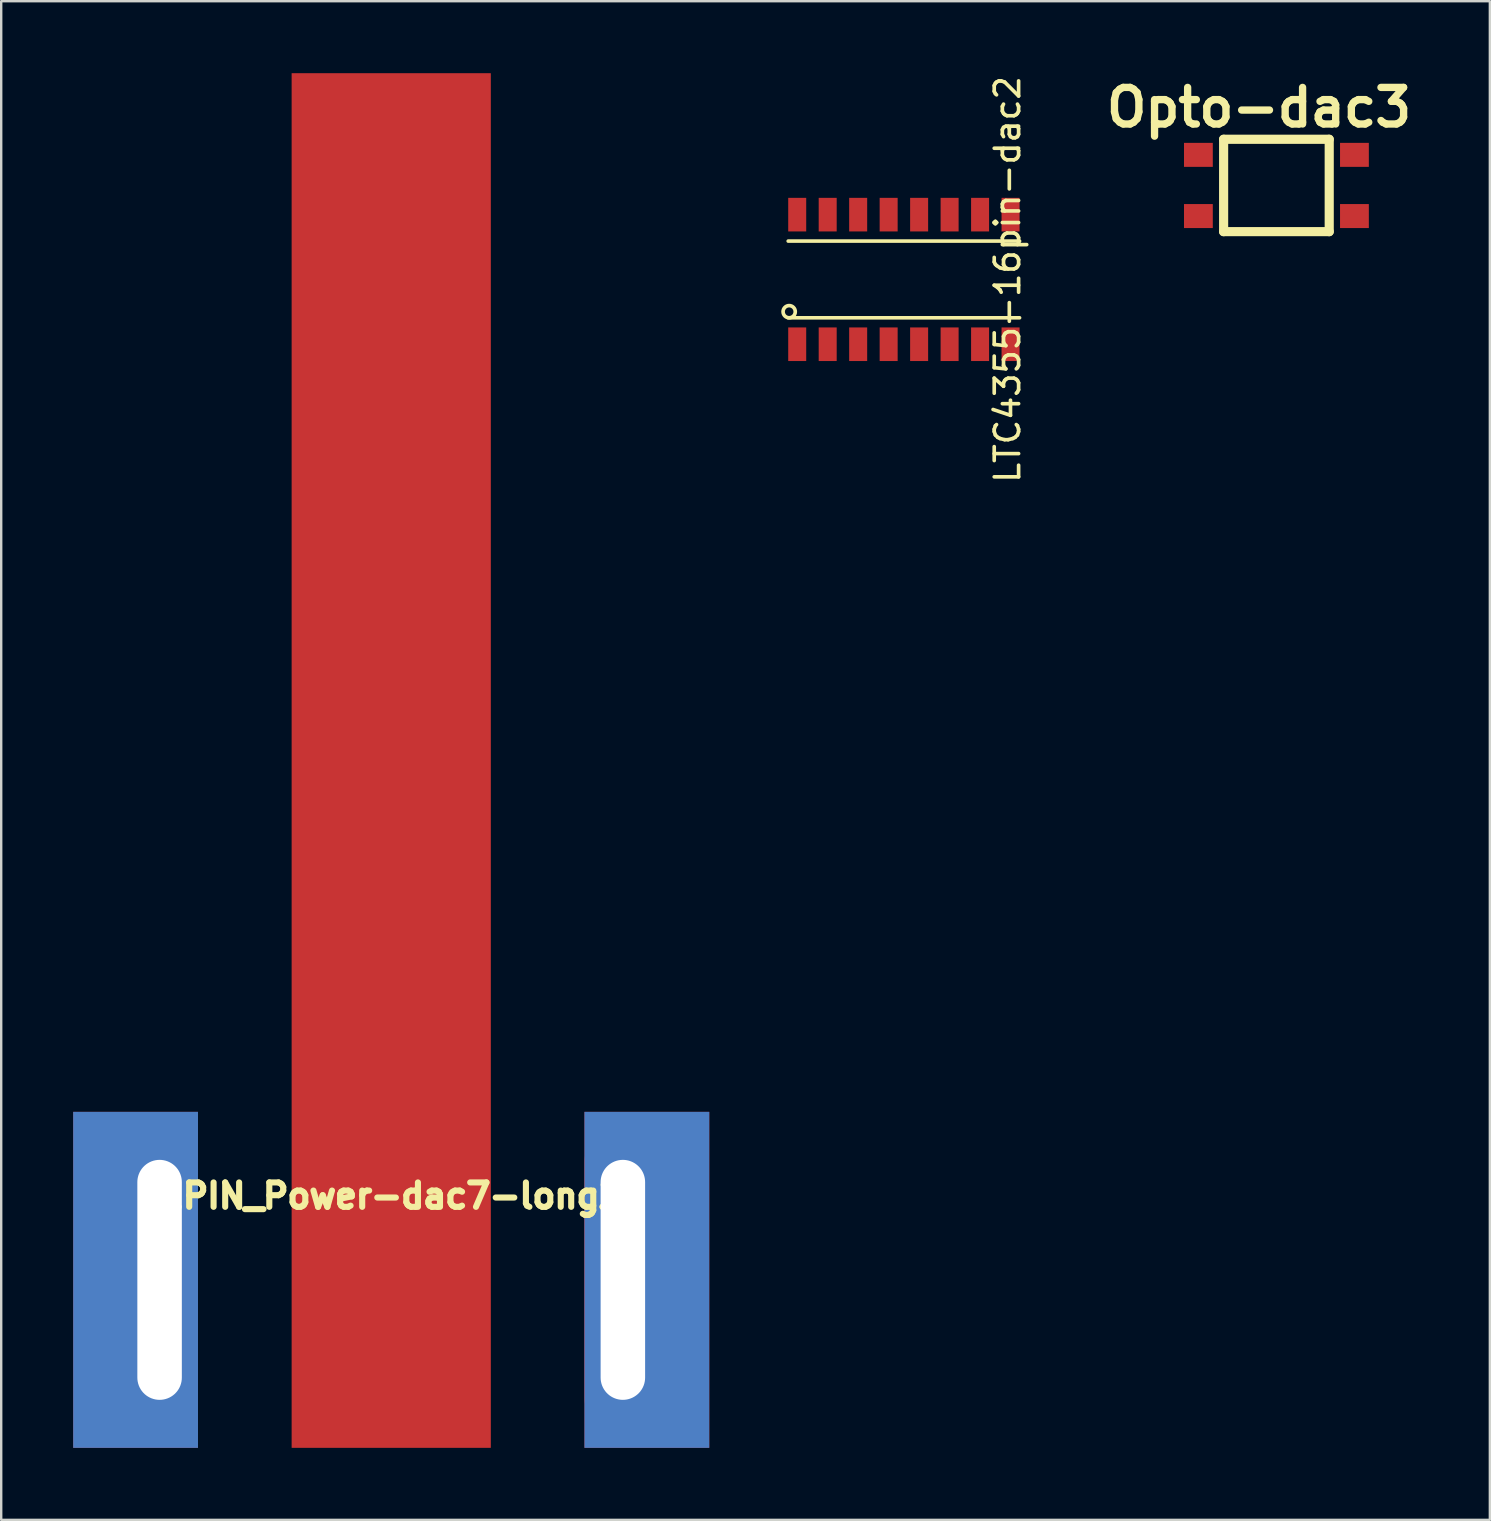
<source format=kicad_pcb>
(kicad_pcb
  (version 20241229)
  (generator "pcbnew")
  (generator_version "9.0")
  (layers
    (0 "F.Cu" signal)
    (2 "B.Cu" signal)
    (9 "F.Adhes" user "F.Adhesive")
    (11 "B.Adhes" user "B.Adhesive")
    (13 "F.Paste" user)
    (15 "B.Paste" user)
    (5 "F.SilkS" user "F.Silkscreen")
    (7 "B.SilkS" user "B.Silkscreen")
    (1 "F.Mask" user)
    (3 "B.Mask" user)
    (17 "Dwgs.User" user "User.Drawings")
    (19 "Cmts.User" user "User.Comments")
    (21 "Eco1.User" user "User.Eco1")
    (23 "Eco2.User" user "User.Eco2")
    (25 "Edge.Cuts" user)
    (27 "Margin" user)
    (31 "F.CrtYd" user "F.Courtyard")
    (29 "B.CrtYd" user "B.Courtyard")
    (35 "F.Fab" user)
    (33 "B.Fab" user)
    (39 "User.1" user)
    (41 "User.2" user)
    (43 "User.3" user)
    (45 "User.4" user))
  (footprint "Opto-dac3"
    (layer "F.Cu")
    (at 50.137 4.678)
    (property "Reference" "Opto-dac3" (at -0.724 -3.251 0) (layer "F.SilkS") (effects (font (size 1.524 1.524) (thickness 0.305))))
    (attr through_hole)
    (fp_line (start -2.2 -1.925) (end 2.2 -1.925) (stroke (width 0.381) (type solid)) (layer "F.SilkS"))
    (fp_line (start -2.2 1.925) (end -2.2 -1.925) (stroke (width 0.381) (type solid)) (layer "F.SilkS"))
    (fp_line (start 2.2 -1.925) (end 2.2 1.925) (stroke (width 0.381) (type solid)) (layer "F.SilkS"))
    (fp_line (start 2.2 1.925) (end -2.2 1.925) (stroke (width 0.381) (type solid)) (layer "F.SilkS"))
    (pad "1" smd rect (at -3.251 -1.275) (size 1.2 1) (layers "F.Cu" "F.Mask" "F.Paste"))
    (pad "2" smd rect (at -3.251 1.275) (size 1.2 1) (layers "F.Cu" "F.Mask" "F.Paste"))
    (pad "3" smd rect (at 3.251 1.275) (size 1.2 1) (layers "F.Cu" "F.Mask" "F.Paste"))
    (pad "4" smd rect (at 3.251 -1.275) (size 1.2 1) (layers "F.Cu" "F.Mask" "F.Paste")))
  (footprint "1PIN_Power-dac7-long2"
    (layer "F.Cu")
    (at 13.252 50.28)
    (property "Reference" "1PIN_Power-dac7-long2" (at 0 -3.5 0) (layer "F.SilkS") (effects (font (size 1.016 1.016) (thickness 0.254))))
    (attr through_hole)
    (pad "1" smd oval (at -9.652 0) (size 3.2 13) (layers "F.Cu" "F.Mask"))
    (pad "1" thru_hole rect (at -9.652 0) (size 5.2 14) (drill oval 1.854 10 (offset -1 0)) (layers "F.Cu"))
    (pad "1" smd oval (at 9.652 0) (size 3.2 13) (layers "F.Cu" "F.Mask"))
    (pad "1" thru_hole rect (at 9.652 0) (size 5.2 14) (drill oval 1.854 10 (offset 1 0)) (layers "F.Cu"))
    (pad "2" smd rect (at 0 0) (size 8.3 57.28) (drill (offset 0 -21.64)) (layers "F.Cu")))
  (footprint "LTC4355-16pin-dac2"
    (layer "F.Cu")
    (at 34.614 8.594)
    (property "Reference" "LTC4355-16pin-dac2" (at 4.318 0 90) (layer "F.SilkS") (effects (font (size 1.016 1.016) (thickness 0.152))))
    (attr smd)
    (fp_line (start -4.821 -1.598) (end 4.821 -1.598) (stroke (width 0.15) (type solid)) (layer "F.SilkS"))
    (fp_line (start -4.821 1.598) (end 4.821 1.598) (stroke (width 0.15) (type solid)) (layer "F.SilkS"))
    (fp_circle (center -4.78 1.344) (end -4.78 1.09) (stroke (width 0.152) (type solid)) (fill no) (layer "F.SilkS"))
    (pad "1" smd rect (at -4.445 2.7) (size 0.75 1.4) (layers "F.Cu" "F.Mask" "F.Paste"))
    (pad "2" smd rect (at -3.175 2.7) (size 0.75 1.4) (layers "F.Cu" "F.Mask" "F.Paste"))
    (pad "3" smd rect (at -1.905 2.7) (size 0.75 1.4) (layers "F.Cu" "F.Mask" "F.Paste"))
    (pad "4" smd rect (at -0.635 2.7) (size 0.75 1.4) (layers "F.Cu" "F.Mask" "F.Paste"))
    (pad "5" smd rect (at 0.635 2.7) (size 0.75 1.4) (layers "F.Cu" "F.Mask" "F.Paste"))
    (pad "6" smd rect (at 1.905 2.7) (size 0.75 1.4) (layers "F.Cu" "F.Mask" "F.Paste"))
    (pad "7" smd rect (at 3.175 2.7) (size 0.75 1.4) (layers "F.Cu" "F.Mask" "F.Paste"))
    (pad "8" smd rect (at 4.445 2.7) (size 0.75 1.4) (layers "F.Cu" "F.Mask" "F.Paste"))
    (pad "9" smd rect (at 4.445 -2.7) (size 0.75 1.4) (layers "F.Cu" "F.Mask" "F.Paste"))
    (pad "10" smd rect (at 3.175 -2.7) (size 0.75 1.4) (layers "F.Cu" "F.Mask" "F.Paste"))
    (pad "11" smd rect (at 1.905 -2.7) (size 0.75 1.4) (layers "F.Cu" "F.Mask" "F.Paste"))
    (pad "12" smd rect (at 0.635 -2.7) (size 0.75 1.4) (layers "F.Cu" "F.Mask" "F.Paste"))
    (pad "13" smd rect (at -0.635 -2.7) (size 0.75 1.4) (layers "F.Cu" "F.Mask" "F.Paste"))
    (pad "14" smd rect (at -1.905 -2.7) (size 0.75 1.4) (layers "F.Cu" "F.Mask" "F.Paste"))
    (pad "15" smd rect (at -3.175 -2.7) (size 0.75 1.4) (layers "F.Cu" "F.Mask" "F.Paste"))
    (pad "16" smd rect (at -4.445 -2.7) (size 0.75 1.4) (layers "F.Cu" "F.Mask" "F.Paste")))
  (gr_rect
    (start -3 -3)
    (end 59.031 60.28)
    (stroke (width 0.1) (type default))
    (fill no)
    (layer "Edge.Cuts")))
</source>
